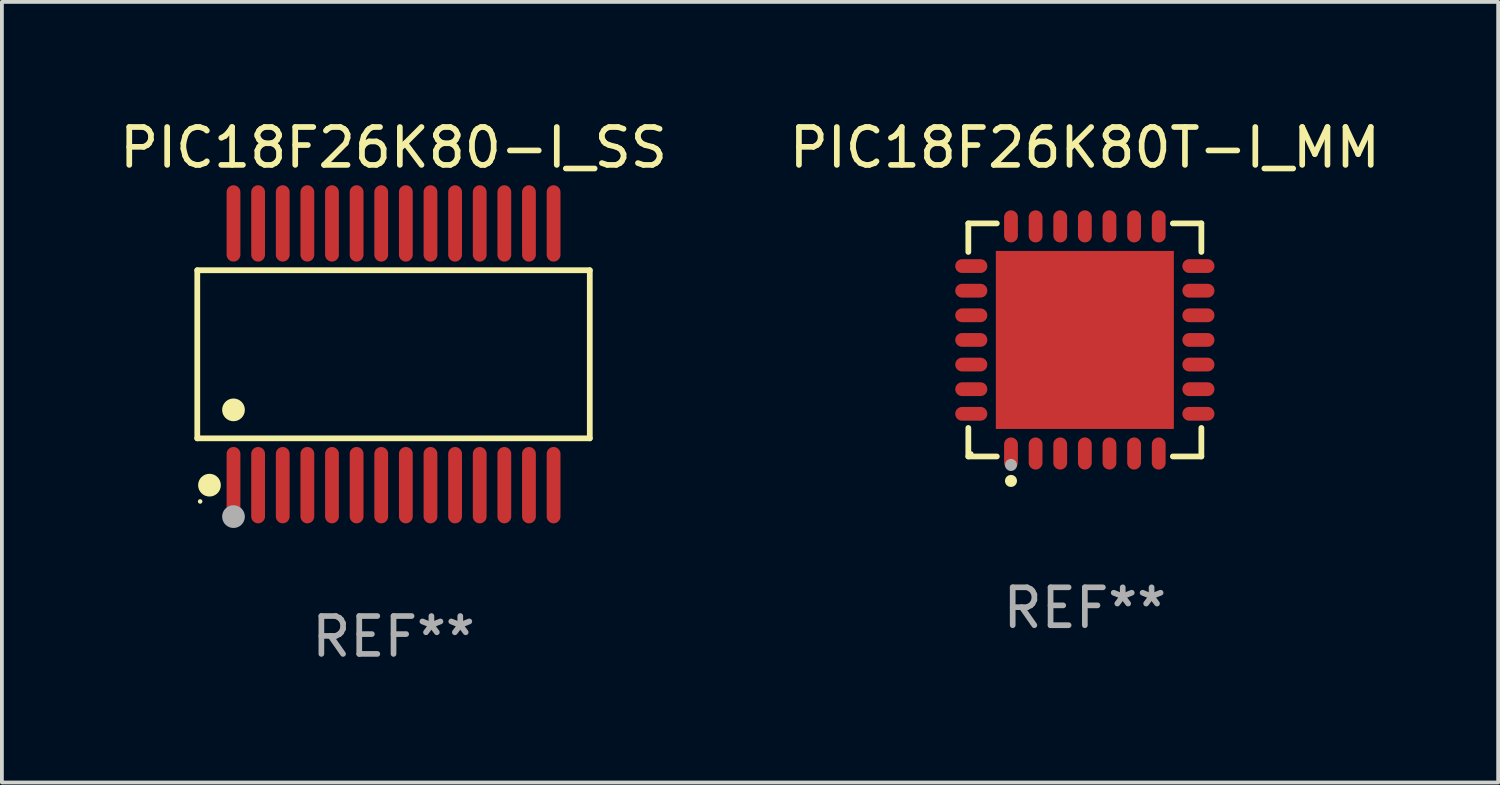
<source format=kicad_pcb>
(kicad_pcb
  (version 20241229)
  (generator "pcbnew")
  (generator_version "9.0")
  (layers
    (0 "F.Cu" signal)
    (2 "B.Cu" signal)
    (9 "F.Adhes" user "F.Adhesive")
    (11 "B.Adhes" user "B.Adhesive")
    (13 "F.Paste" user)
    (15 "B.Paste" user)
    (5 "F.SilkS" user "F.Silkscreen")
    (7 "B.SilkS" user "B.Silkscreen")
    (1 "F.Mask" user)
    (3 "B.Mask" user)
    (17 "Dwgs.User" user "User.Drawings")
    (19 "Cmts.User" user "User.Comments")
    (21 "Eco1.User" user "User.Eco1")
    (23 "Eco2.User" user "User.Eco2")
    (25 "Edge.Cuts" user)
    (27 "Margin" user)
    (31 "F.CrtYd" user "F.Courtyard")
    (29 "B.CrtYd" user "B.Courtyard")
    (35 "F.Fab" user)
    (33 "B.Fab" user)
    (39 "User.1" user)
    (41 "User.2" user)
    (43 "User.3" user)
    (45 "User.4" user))
  (footprint "PIC18F26K80T-I_MM"
    (layer "F.Cu")
    (at 25.589 5.924)
    (property "Reference" "PIC18F26K80T-I_MM" (at 0 -5.076 0) (layer "F.SilkS") (effects (font (size 1 1) (thickness 0.15))))
    (attr through_hole)
    (fp_line (start -3.076 -3.076) (end -2.323 -3.076) (stroke (width 0.152) (type solid)) (layer "F.SilkS"))
    (fp_line (start -3.076 -2.323) (end -3.076 -3.076) (stroke (width 0.152) (type solid)) (layer "F.SilkS"))
    (fp_line (start -3.076 2.323) (end -3.076 3.076) (stroke (width 0.152) (type solid)) (layer "F.SilkS"))
    (fp_line (start -3.076 3.076) (end -2.323 3.076) (stroke (width 0.152) (type solid)) (layer "F.SilkS"))
    (fp_line (start 3.076 -3.076) (end 2.323 -3.076) (stroke (width 0.152) (type solid)) (layer "F.SilkS"))
    (fp_line (start 3.076 -2.323) (end 3.076 -3.076) (stroke (width 0.152) (type solid)) (layer "F.SilkS"))
    (fp_line (start 3.076 2.323) (end 3.076 3.076) (stroke (width 0.152) (type solid)) (layer "F.SilkS"))
    (fp_line (start 3.076 3.076) (end 2.323 3.076) (stroke (width 0.152) (type solid)) (layer "F.SilkS"))
    (fp_circle (center -3 3) (end -2.97 3) (stroke (width 0.06) (type solid)) (fill no) (layer "F.SilkS"))
    (fp_circle (center -1.95 3.722) (end -1.87 3.722) (stroke (width 0.16) (type solid)) (fill no) (layer "F.SilkS"))
    (fp_circle (center -1.95 3.3) (end -1.87 3.3) (stroke (width 0.16) (type solid)) (fill no) (layer "F.Fab"))
    (fp_text user "REF**" (at 0 7.076 0) (layer "F.Fab") (effects (font (size 1 1) (thickness 0.15))))
    (pad "1" smd oval (at -1.95 2.998) (size 0.364 0.847) (layers "F.Cu" "F.Mask" "F.Paste"))
    (pad "2" smd oval (at -1.3 2.998) (size 0.364 0.847) (layers "F.Cu" "F.Mask" "F.Paste"))
    (pad "3" smd oval (at -0.65 2.998) (size 0.364 0.847) (layers "F.Cu" "F.Mask" "F.Paste"))
    (pad "4" smd oval (at 0 2.998) (size 0.364 0.847) (layers "F.Cu" "F.Mask" "F.Paste"))
    (pad "5" smd oval (at 0.65 2.998) (size 0.364 0.847) (layers "F.Cu" "F.Mask" "F.Paste"))
    (pad "6" smd oval (at 1.3 2.998) (size 0.364 0.847) (layers "F.Cu" "F.Mask" "F.Paste"))
    (pad "7" smd oval (at 1.95 2.998) (size 0.364 0.847) (layers "F.Cu" "F.Mask" "F.Paste"))
    (pad "8" smd oval (at 2.998 1.95) (size 0.847 0.364) (layers "F.Cu" "F.Mask" "F.Paste"))
    (pad "9" smd oval (at 2.998 1.3) (size 0.847 0.364) (layers "F.Cu" "F.Mask" "F.Paste"))
    (pad "10" smd oval (at 2.998 0.65) (size 0.847 0.364) (layers "F.Cu" "F.Mask" "F.Paste"))
    (pad "11" smd oval (at 2.998 0) (size 0.847 0.364) (layers "F.Cu" "F.Mask" "F.Paste"))
    (pad "12" smd oval (at 2.998 -0.65) (size 0.847 0.364) (layers "F.Cu" "F.Mask" "F.Paste"))
    (pad "13" smd oval (at 2.998 -1.3) (size 0.847 0.364) (layers "F.Cu" "F.Mask" "F.Paste"))
    (pad "14" smd oval (at 2.998 -1.95) (size 0.847 0.364) (layers "F.Cu" "F.Mask" "F.Paste"))
    (pad "15" smd oval (at 1.95 -2.998) (size 0.364 0.847) (layers "F.Cu" "F.Mask" "F.Paste"))
    (pad "16" smd oval (at 1.3 -2.998) (size 0.364 0.847) (layers "F.Cu" "F.Mask" "F.Paste"))
    (pad "17" smd oval (at 0.65 -2.998) (size 0.364 0.847) (layers "F.Cu" "F.Mask" "F.Paste"))
    (pad "18" smd oval (at 0 -2.998) (size 0.364 0.847) (layers "F.Cu" "F.Mask" "F.Paste"))
    (pad "19" smd oval (at -0.65 -2.998) (size 0.364 0.847) (layers "F.Cu" "F.Mask" "F.Paste"))
    (pad "20" smd oval (at -1.3 -2.998) (size 0.364 0.847) (layers "F.Cu" "F.Mask" "F.Paste"))
    (pad "21" smd oval (at -1.95 -2.998) (size 0.364 0.847) (layers "F.Cu" "F.Mask" "F.Paste"))
    (pad "22" smd oval (at -2.998 -1.95) (size 0.847 0.364) (layers "F.Cu" "F.Mask" "F.Paste"))
    (pad "23" smd oval (at -2.998 -1.3) (size 0.847 0.364) (layers "F.Cu" "F.Mask" "F.Paste"))
    (pad "24" smd oval (at -2.998 -0.65) (size 0.847 0.364) (layers "F.Cu" "F.Mask" "F.Paste"))
    (pad "25" smd oval (at -2.998 0) (size 0.847 0.364) (layers "F.Cu" "F.Mask" "F.Paste"))
    (pad "26" smd oval (at -2.998 0.65) (size 0.847 0.364) (layers "F.Cu" "F.Mask" "F.Paste"))
    (pad "27" smd oval (at -2.998 1.3) (size 0.847 0.364) (layers "F.Cu" "F.Mask" "F.Paste"))
    (pad "28" smd oval (at -2.998 1.95) (size 0.847 0.364) (layers "F.Cu" "F.Mask" "F.Paste"))
    (pad "29" smd rect (at 0 0) (size 4.7 4.7) (layers "F.Cu" "F.Mask" "F.Paste")))
  (footprint "PIC18F26K80-I_SS"
    (layer "F.Cu")
    (at 7.339 6.303)
    (property "Reference" "PIC18F26K80-I_SS" (at 0 -5.455 0) (layer "F.SilkS") (effects (font (size 1 1) (thickness 0.15))))
    (attr through_hole)
    (fp_line (start -5.181 -2.219) (end 5.181 -2.219) (stroke (width 0.152) (type solid)) (layer "F.SilkS"))
    (fp_line (start -5.181 2.219) (end -5.181 -2.219) (stroke (width 0.152) (type solid)) (layer "F.SilkS"))
    (fp_line (start 5.181 -2.219) (end 5.181 2.219) (stroke (width 0.152) (type solid)) (layer "F.SilkS"))
    (fp_line (start 5.181 2.219) (end -5.181 2.219) (stroke (width 0.152) (type solid)) (layer "F.SilkS"))
    (fp_circle (center -5.105 3.885) (end -5.075 3.885) (stroke (width 0.06) (type solid)) (fill no) (layer "F.SilkS"))
    (fp_circle (center -4.859 3.455) (end -4.709 3.455) (stroke (width 0.3) (type solid)) (fill no) (layer "F.SilkS"))
    (fp_circle (center -4.225 1.467) (end -4.075 1.467) (stroke (width 0.3) (type solid)) (fill no) (layer "F.SilkS"))
    (fp_circle (center -4.225 4.285) (end -4.075 4.285) (stroke (width 0.3) (type solid)) (fill no) (layer "F.Fab"))
    (fp_text user "REF**" (at 0 7.455 0) (layer "F.Fab") (effects (font (size 1 1) (thickness 0.15))))
    (pad "1" smd oval (at -4.225 3.455) (size 0.364 2.015) (layers "F.Cu" "F.Mask" "F.Paste"))
    (pad "2" smd oval (at -3.575 3.455) (size 0.364 2.015) (layers "F.Cu" "F.Mask" "F.Paste"))
    (pad "3" smd oval (at -2.925 3.455) (size 0.364 2.015) (layers "F.Cu" "F.Mask" "F.Paste"))
    (pad "4" smd oval (at -2.275 3.455) (size 0.364 2.015) (layers "F.Cu" "F.Mask" "F.Paste"))
    (pad "5" smd oval (at -1.625 3.455) (size 0.364 2.015) (layers "F.Cu" "F.Mask" "F.Paste"))
    (pad "6" smd oval (at -0.975 3.455) (size 0.364 2.015) (layers "F.Cu" "F.Mask" "F.Paste"))
    (pad "7" smd oval (at -0.325 3.455) (size 0.364 2.015) (layers "F.Cu" "F.Mask" "F.Paste"))
    (pad "8" smd oval (at 0.325 3.455) (size 0.364 2.015) (layers "F.Cu" "F.Mask" "F.Paste"))
    (pad "9" smd oval (at 0.975 3.455) (size 0.364 2.015) (layers "F.Cu" "F.Mask" "F.Paste"))
    (pad "10" smd oval (at 1.625 3.455) (size 0.364 2.015) (layers "F.Cu" "F.Mask" "F.Paste"))
    (pad "11" smd oval (at 2.275 3.455) (size 0.364 2.015) (layers "F.Cu" "F.Mask" "F.Paste"))
    (pad "12" smd oval (at 2.925 3.455) (size 0.364 2.015) (layers "F.Cu" "F.Mask" "F.Paste"))
    (pad "13" smd oval (at 3.575 3.455) (size 0.364 2.015) (layers "F.Cu" "F.Mask" "F.Paste"))
    (pad "14" smd oval (at 4.225 3.455) (size 0.364 2.015) (layers "F.Cu" "F.Mask" "F.Paste"))
    (pad "15" smd oval (at 4.225 -3.455) (size 0.364 2.015) (layers "F.Cu" "F.Mask" "F.Paste"))
    (pad "16" smd oval (at 3.575 -3.455) (size 0.364 2.015) (layers "F.Cu" "F.Mask" "F.Paste"))
    (pad "17" smd oval (at 2.925 -3.455) (size 0.364 2.015) (layers "F.Cu" "F.Mask" "F.Paste"))
    (pad "18" smd oval (at 2.275 -3.455) (size 0.364 2.015) (layers "F.Cu" "F.Mask" "F.Paste"))
    (pad "19" smd oval (at 1.625 -3.455) (size 0.364 2.015) (layers "F.Cu" "F.Mask" "F.Paste"))
    (pad "20" smd oval (at 0.975 -3.455) (size 0.364 2.015) (layers "F.Cu" "F.Mask" "F.Paste"))
    (pad "21" smd oval (at 0.325 -3.455) (size 0.364 2.015) (layers "F.Cu" "F.Mask" "F.Paste"))
    (pad "22" smd oval (at -0.325 -3.455) (size 0.364 2.015) (layers "F.Cu" "F.Mask" "F.Paste"))
    (pad "23" smd oval (at -0.975 -3.455) (size 0.364 2.015) (layers "F.Cu" "F.Mask" "F.Paste"))
    (pad "24" smd oval (at -1.625 -3.455) (size 0.364 2.015) (layers "F.Cu" "F.Mask" "F.Paste"))
    (pad "25" smd oval (at -2.275 -3.455) (size 0.364 2.015) (layers "F.Cu" "F.Mask" "F.Paste"))
    (pad "26" smd oval (at -2.925 -3.455) (size 0.364 2.015) (layers "F.Cu" "F.Mask" "F.Paste"))
    (pad "27" smd oval (at -3.575 -3.455) (size 0.364 2.015) (layers "F.Cu" "F.Mask" "F.Paste"))
    (pad "28" smd oval (at -4.225 -3.455) (size 0.364 2.015) (layers "F.Cu" "F.Mask" "F.Paste")))
  (gr_rect
    (start -3 -3)
    (end 36.5 17.607)
    (stroke (width 0.1) (type default))
    (fill no)
    (layer "Edge.Cuts")))
</source>
